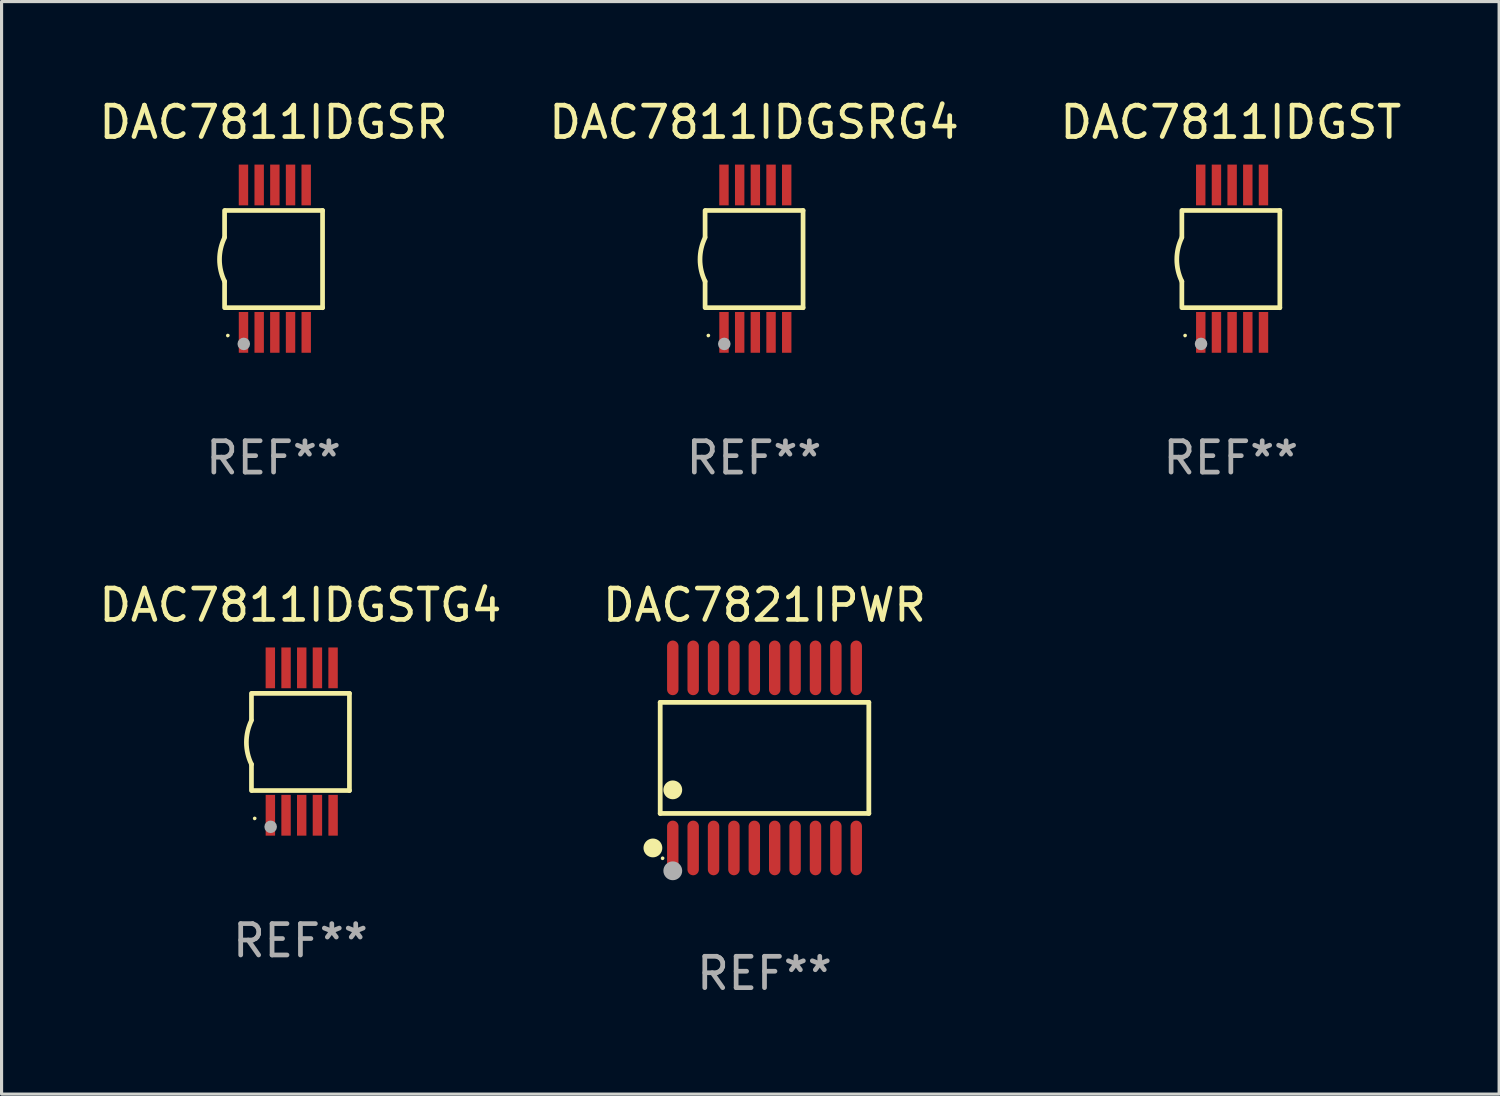
<source format=kicad_pcb>
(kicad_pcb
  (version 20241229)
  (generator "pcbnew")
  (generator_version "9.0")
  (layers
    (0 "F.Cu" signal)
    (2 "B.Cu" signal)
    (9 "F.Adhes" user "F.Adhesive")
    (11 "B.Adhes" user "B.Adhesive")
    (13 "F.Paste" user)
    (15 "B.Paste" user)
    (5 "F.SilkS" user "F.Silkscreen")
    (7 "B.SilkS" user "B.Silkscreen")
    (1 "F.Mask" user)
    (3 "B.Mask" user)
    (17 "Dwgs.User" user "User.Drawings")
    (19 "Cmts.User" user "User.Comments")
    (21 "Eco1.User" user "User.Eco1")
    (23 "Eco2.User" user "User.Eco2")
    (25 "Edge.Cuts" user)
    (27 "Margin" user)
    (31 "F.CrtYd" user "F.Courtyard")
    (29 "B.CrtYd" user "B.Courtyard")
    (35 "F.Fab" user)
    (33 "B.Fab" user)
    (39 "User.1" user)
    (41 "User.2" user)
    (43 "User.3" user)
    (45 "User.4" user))
  (footprint "DAC7811IDGSR"
    (layer "F.Cu")
    (at 5.673 5.198)
    (property "Reference" "DAC7811IDGSR" (at 0 -4.35 0) (layer "F.SilkS") (effects (font (size 1 1) (thickness 0.15))))
    (attr through_hole)
    (fp_line (start -1.562 -1.537) (end -1.562 -0.698) (stroke (width 0.15) (type solid)) (layer "F.SilkS"))
    (fp_line (start -1.562 0.724) (end -1.562 1.562) (stroke (width 0.15) (type solid)) (layer "F.SilkS"))
    (fp_line (start -1.538 -1.537) (end 1.562 -1.537) (stroke (width 0.15) (type solid)) (layer "F.SilkS"))
    (fp_line (start -1.538 1.562) (end 1.562 1.562) (stroke (width 0.15) (type solid)) (layer "F.SilkS"))
    (fp_line (start 1.562 1.564) (end 1.562 -1.537) (stroke (width 0.15) (type solid)) (layer "F.SilkS"))
    (fp_arc (start -1.562103 0.724079) (mid -1.723579 0.025578) (end -1.562103 -0.672924) (stroke (width 0.150013) (type solid)) (layer "F.SilkS"))
    (fp_circle (center -1.459 2.45) (end -1.429 2.45) (stroke (width 0.06) (type solid)) (fill no) (layer "F.SilkS"))
    (fp_circle (center -0.95 2.718) (end -0.85 2.718) (stroke (width 0.2) (type solid)) (fill no) (layer "F.Fab"))
    (fp_text user "REF**" (at 0 6.35 0) (layer "F.Fab") (effects (font (size 1 1) (thickness 0.15))))
    (pad "1" smd rect (at -0.959 2.35) (size 0.3 1.3) (layers "F.Cu" "F.Mask" "F.Paste"))
    (pad "2" smd rect (at -0.459 2.35) (size 0.3 1.3) (layers "F.Cu" "F.Mask" "F.Paste"))
    (pad "3" smd rect (at 0.04 2.35) (size 0.3 1.3) (layers "F.Cu" "F.Mask" "F.Paste"))
    (pad "4" smd rect (at 0.541 2.35) (size 0.3 1.3) (layers "F.Cu" "F.Mask" "F.Paste"))
    (pad "5" smd rect (at 1.041 2.35) (size 0.3 1.3) (layers "F.Cu" "F.Mask" "F.Paste"))
    (pad "6" smd rect (at 1.04 -2.35) (size 0.3 1.3) (layers "F.Cu" "F.Mask" "F.Paste"))
    (pad "7" smd rect (at 0.541 -2.35) (size 0.3 1.3) (layers "F.Cu" "F.Mask" "F.Paste"))
    (pad "8" smd rect (at 0.041 -2.35) (size 0.3 1.3) (layers "F.Cu" "F.Mask" "F.Paste"))
    (pad "9" smd rect (at -0.459 -2.35) (size 0.3 1.3) (layers "F.Cu" "F.Mask" "F.Paste"))
    (pad "10" smd rect (at -0.96 -2.35) (size 0.3 1.3) (layers "F.Cu" "F.Mask" "F.Paste")))
  (footprint "DAC7811IDGSTG4"
    (layer "F.Cu")
    (at 6.53 20.595)
    (property "Reference" "DAC7811IDGSTG4" (at 0 -4.35 0) (layer "F.SilkS") (effects (font (size 1 1) (thickness 0.15))))
    (attr through_hole)
    (fp_line (start -1.562 -1.537) (end -1.562 -0.698) (stroke (width 0.15) (type solid)) (layer "F.SilkS"))
    (fp_line (start -1.562 0.724) (end -1.562 1.562) (stroke (width 0.15) (type solid)) (layer "F.SilkS"))
    (fp_line (start -1.538 -1.537) (end 1.562 -1.537) (stroke (width 0.15) (type solid)) (layer "F.SilkS"))
    (fp_line (start -1.538 1.562) (end 1.562 1.562) (stroke (width 0.15) (type solid)) (layer "F.SilkS"))
    (fp_line (start 1.562 1.564) (end 1.562 -1.537) (stroke (width 0.15) (type solid)) (layer "F.SilkS"))
    (fp_arc (start -1.562103 0.724079) (mid -1.723579 0.025578) (end -1.562103 -0.672924) (stroke (width 0.150013) (type solid)) (layer "F.SilkS"))
    (fp_circle (center -1.459 2.45) (end -1.429 2.45) (stroke (width 0.06) (type solid)) (fill no) (layer "F.SilkS"))
    (fp_circle (center -0.95 2.718) (end -0.85 2.718) (stroke (width 0.2) (type solid)) (fill no) (layer "F.Fab"))
    (fp_text user "REF**" (at 0 6.35 0) (layer "F.Fab") (effects (font (size 1 1) (thickness 0.15))))
    (pad "1" smd rect (at -0.959 2.35) (size 0.3 1.3) (layers "F.Cu" "F.Mask" "F.Paste"))
    (pad "2" smd rect (at -0.459 2.35) (size 0.3 1.3) (layers "F.Cu" "F.Mask" "F.Paste"))
    (pad "3" smd rect (at 0.04 2.35) (size 0.3 1.3) (layers "F.Cu" "F.Mask" "F.Paste"))
    (pad "4" smd rect (at 0.541 2.35) (size 0.3 1.3) (layers "F.Cu" "F.Mask" "F.Paste"))
    (pad "5" smd rect (at 1.041 2.35) (size 0.3 1.3) (layers "F.Cu" "F.Mask" "F.Paste"))
    (pad "6" smd rect (at 1.04 -2.35) (size 0.3 1.3) (layers "F.Cu" "F.Mask" "F.Paste"))
    (pad "7" smd rect (at 0.541 -2.35) (size 0.3 1.3) (layers "F.Cu" "F.Mask" "F.Paste"))
    (pad "8" smd rect (at 0.041 -2.35) (size 0.3 1.3) (layers "F.Cu" "F.Mask" "F.Paste"))
    (pad "9" smd rect (at -0.459 -2.35) (size 0.3 1.3) (layers "F.Cu" "F.Mask" "F.Paste"))
    (pad "10" smd rect (at -0.96 -2.35) (size 0.3 1.3) (layers "F.Cu" "F.Mask" "F.Paste")))
  (footprint "DAC7821IPWR"
    (layer "F.Cu")
    (at 21.327 21.116)
    (property "Reference" "DAC7821IPWR" (at 0 -4.871 0) (layer "F.SilkS") (effects (font (size 1 1) (thickness 0.15))))
    (attr through_hole)
    (fp_line (start -3.326 -1.771) (end 3.326 -1.771) (stroke (width 0.152) (type solid)) (layer "F.SilkS"))
    (fp_line (start -3.326 1.771) (end -3.326 -1.771) (stroke (width 0.152) (type solid)) (layer "F.SilkS"))
    (fp_line (start 3.326 -1.771) (end 3.326 1.771) (stroke (width 0.152) (type solid)) (layer "F.SilkS"))
    (fp_line (start 3.326 1.771) (end -3.326 1.771) (stroke (width 0.152) (type solid)) (layer "F.SilkS"))
    (fp_circle (center -3.559 2.871) (end -3.409 2.871) (stroke (width 0.3) (type solid)) (fill no) (layer "F.SilkS"))
    (fp_circle (center -3.25 3.2) (end -3.22 3.2) (stroke (width 0.06) (type solid)) (fill no) (layer "F.SilkS"))
    (fp_circle (center -2.925 1.019) (end -2.775 1.019) (stroke (width 0.3) (type solid)) (fill no) (layer "F.SilkS"))
    (fp_circle (center -2.925 3.6) (end -2.775 3.6) (stroke (width 0.3) (type solid)) (fill no) (layer "F.Fab"))
    (fp_text user "REF**" (at 0 6.871 0) (layer "F.Fab") (effects (font (size 1 1) (thickness 0.15))))
    (pad "1" smd oval (at -2.925 2.871) (size 0.364 1.742) (layers "F.Cu" "F.Mask" "F.Paste"))
    (pad "2" smd oval (at -2.275 2.871) (size 0.364 1.742) (layers "F.Cu" "F.Mask" "F.Paste"))
    (pad "3" smd oval (at -1.625 2.871) (size 0.364 1.742) (layers "F.Cu" "F.Mask" "F.Paste"))
    (pad "4" smd oval (at -0.975 2.871) (size 0.364 1.742) (layers "F.Cu" "F.Mask" "F.Paste"))
    (pad "5" smd oval (at -0.325 2.871) (size 0.364 1.742) (layers "F.Cu" "F.Mask" "F.Paste"))
    (pad "6" smd oval (at 0.325 2.871) (size 0.364 1.742) (layers "F.Cu" "F.Mask" "F.Paste"))
    (pad "7" smd oval (at 0.975 2.871) (size 0.364 1.742) (layers "F.Cu" "F.Mask" "F.Paste"))
    (pad "8" smd oval (at 1.625 2.871) (size 0.364 1.742) (layers "F.Cu" "F.Mask" "F.Paste"))
    (pad "9" smd oval (at 2.275 2.871) (size 0.364 1.742) (layers "F.Cu" "F.Mask" "F.Paste"))
    (pad "10" smd oval (at 2.925 2.871) (size 0.364 1.742) (layers "F.Cu" "F.Mask" "F.Paste"))
    (pad "11" smd oval (at 2.925 -2.871) (size 0.364 1.742) (layers "F.Cu" "F.Mask" "F.Paste"))
    (pad "12" smd oval (at 2.275 -2.871) (size 0.364 1.742) (layers "F.Cu" "F.Mask" "F.Paste"))
    (pad "13" smd oval (at 1.625 -2.871) (size 0.364 1.742) (layers "F.Cu" "F.Mask" "F.Paste"))
    (pad "14" smd oval (at 0.975 -2.871) (size 0.364 1.742) (layers "F.Cu" "F.Mask" "F.Paste"))
    (pad "15" smd oval (at 0.325 -2.871) (size 0.364 1.742) (layers "F.Cu" "F.Mask" "F.Paste"))
    (pad "16" smd oval (at -0.325 -2.871) (size 0.364 1.742) (layers "F.Cu" "F.Mask" "F.Paste"))
    (pad "17" smd oval (at -0.975 -2.871) (size 0.364 1.742) (layers "F.Cu" "F.Mask" "F.Paste"))
    (pad "18" smd oval (at -1.625 -2.871) (size 0.364 1.742) (layers "F.Cu" "F.Mask" "F.Paste"))
    (pad "19" smd oval (at -2.275 -2.871) (size 0.364 1.742) (layers "F.Cu" "F.Mask" "F.Paste"))
    (pad "20" smd oval (at -2.925 -2.871) (size 0.364 1.742) (layers "F.Cu" "F.Mask" "F.Paste")))
  (footprint "DAC7811IDGSRG4"
    (layer "F.Cu")
    (at 20.994 5.198)
    (property "Reference" "DAC7811IDGSRG4" (at 0 -4.35 0) (layer "F.SilkS") (effects (font (size 1 1) (thickness 0.15))))
    (attr through_hole)
    (fp_line (start -1.562 -1.537) (end -1.562 -0.698) (stroke (width 0.15) (type solid)) (layer "F.SilkS"))
    (fp_line (start -1.562 0.724) (end -1.562 1.562) (stroke (width 0.15) (type solid)) (layer "F.SilkS"))
    (fp_line (start -1.538 -1.537) (end 1.562 -1.537) (stroke (width 0.15) (type solid)) (layer "F.SilkS"))
    (fp_line (start -1.538 1.562) (end 1.562 1.562) (stroke (width 0.15) (type solid)) (layer "F.SilkS"))
    (fp_line (start 1.562 1.564) (end 1.562 -1.537) (stroke (width 0.15) (type solid)) (layer "F.SilkS"))
    (fp_arc (start -1.562103 0.724079) (mid -1.723579 0.025578) (end -1.562103 -0.672924) (stroke (width 0.150013) (type solid)) (layer "F.SilkS"))
    (fp_circle (center -1.459 2.45) (end -1.429 2.45) (stroke (width 0.06) (type solid)) (fill no) (layer "F.SilkS"))
    (fp_circle (center -0.95 2.718) (end -0.85 2.718) (stroke (width 0.2) (type solid)) (fill no) (layer "F.Fab"))
    (fp_text user "REF**" (at 0 6.35 0) (layer "F.Fab") (effects (font (size 1 1) (thickness 0.15))))
    (pad "1" smd rect (at -0.959 2.35) (size 0.3 1.3) (layers "F.Cu" "F.Mask" "F.Paste"))
    (pad "2" smd rect (at -0.459 2.35) (size 0.3 1.3) (layers "F.Cu" "F.Mask" "F.Paste"))
    (pad "3" smd rect (at 0.04 2.35) (size 0.3 1.3) (layers "F.Cu" "F.Mask" "F.Paste"))
    (pad "4" smd rect (at 0.541 2.35) (size 0.3 1.3) (layers "F.Cu" "F.Mask" "F.Paste"))
    (pad "5" smd rect (at 1.041 2.35) (size 0.3 1.3) (layers "F.Cu" "F.Mask" "F.Paste"))
    (pad "6" smd rect (at 1.04 -2.35) (size 0.3 1.3) (layers "F.Cu" "F.Mask" "F.Paste"))
    (pad "7" smd rect (at 0.541 -2.35) (size 0.3 1.3) (layers "F.Cu" "F.Mask" "F.Paste"))
    (pad "8" smd rect (at 0.041 -2.35) (size 0.3 1.3) (layers "F.Cu" "F.Mask" "F.Paste"))
    (pad "9" smd rect (at -0.459 -2.35) (size 0.3 1.3) (layers "F.Cu" "F.Mask" "F.Paste"))
    (pad "10" smd rect (at -0.96 -2.35) (size 0.3 1.3) (layers "F.Cu" "F.Mask" "F.Paste")))
  (footprint "DAC7811IDGST"
    (layer "F.Cu")
    (at 36.196 5.198)
    (property "Reference" "DAC7811IDGST" (at 0 -4.35 0) (layer "F.SilkS") (effects (font (size 1 1) (thickness 0.15))))
    (attr through_hole)
    (fp_line (start -1.562 -1.537) (end -1.562 -0.698) (stroke (width 0.15) (type solid)) (layer "F.SilkS"))
    (fp_line (start -1.562 0.724) (end -1.562 1.562) (stroke (width 0.15) (type solid)) (layer "F.SilkS"))
    (fp_line (start -1.538 -1.537) (end 1.562 -1.537) (stroke (width 0.15) (type solid)) (layer "F.SilkS"))
    (fp_line (start -1.538 1.562) (end 1.562 1.562) (stroke (width 0.15) (type solid)) (layer "F.SilkS"))
    (fp_line (start 1.562 1.564) (end 1.562 -1.537) (stroke (width 0.15) (type solid)) (layer "F.SilkS"))
    (fp_arc (start -1.562103 0.724079) (mid -1.723579 0.025578) (end -1.562103 -0.672924) (stroke (width 0.150013) (type solid)) (layer "F.SilkS"))
    (fp_circle (center -1.459 2.45) (end -1.429 2.45) (stroke (width 0.06) (type solid)) (fill no) (layer "F.SilkS"))
    (fp_circle (center -0.95 2.718) (end -0.85 2.718) (stroke (width 0.2) (type solid)) (fill no) (layer "F.Fab"))
    (fp_text user "REF**" (at 0 6.35 0) (layer "F.Fab") (effects (font (size 1 1) (thickness 0.15))))
    (pad "1" smd rect (at -0.959 2.35) (size 0.3 1.3) (layers "F.Cu" "F.Mask" "F.Paste"))
    (pad "2" smd rect (at -0.459 2.35) (size 0.3 1.3) (layers "F.Cu" "F.Mask" "F.Paste"))
    (pad "3" smd rect (at 0.04 2.35) (size 0.3 1.3) (layers "F.Cu" "F.Mask" "F.Paste"))
    (pad "4" smd rect (at 0.541 2.35) (size 0.3 1.3) (layers "F.Cu" "F.Mask" "F.Paste"))
    (pad "5" smd rect (at 1.041 2.35) (size 0.3 1.3) (layers "F.Cu" "F.Mask" "F.Paste"))
    (pad "6" smd rect (at 1.04 -2.35) (size 0.3 1.3) (layers "F.Cu" "F.Mask" "F.Paste"))
    (pad "7" smd rect (at 0.541 -2.35) (size 0.3 1.3) (layers "F.Cu" "F.Mask" "F.Paste"))
    (pad "8" smd rect (at 0.041 -2.35) (size 0.3 1.3) (layers "F.Cu" "F.Mask" "F.Paste"))
    (pad "9" smd rect (at -0.459 -2.35) (size 0.3 1.3) (layers "F.Cu" "F.Mask" "F.Paste"))
    (pad "10" smd rect (at -0.96 -2.35) (size 0.3 1.3) (layers "F.Cu" "F.Mask" "F.Paste")))
  (gr_rect
    (start -3 -3)
    (end 44.75 31.835)
    (stroke (width 0.1) (type default))
    (fill no)
    (layer "Edge.Cuts")))
</source>
